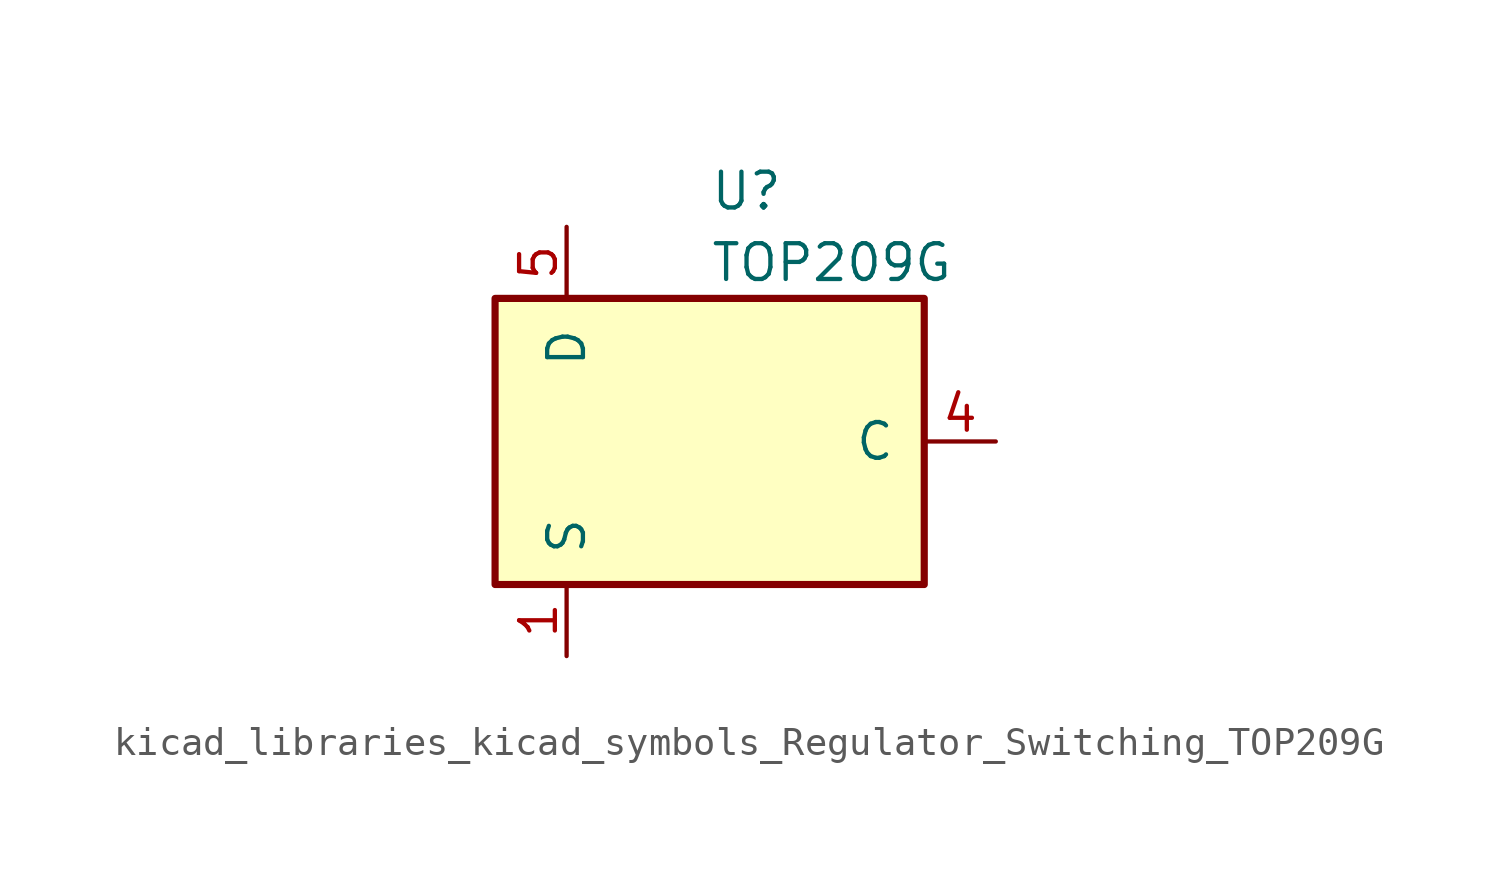
<source format=kicad_sym>
(kicad_symbol_lib
  (version 20220914)
  (generator kicad_symbol_editor)
  (symbol "kicad_libraries_kicad_symbols_Regulator_Switching_TOP209G"
    (pin_names
      (offset 1.016))
    (property "Reference" "U"
      (at 0 8.89 0)
      (effects (font (size 1.27 1.27)) (justify left)))
    (property "Value" "TOP209G"
      (at 0 6.35 0)
      (effects (font (size 1.27 1.27)) (justify left)))
    (symbol "kicad_libraries_kicad_symbols_Regulator_Switching_TOP209G_0_1"
      (rectangle (start -7.62 5.08) (end 7.62 -5.08) (stroke (width 0.254) (type default)) (fill (type background))))
    (symbol "kicad_libraries_kicad_symbols_Regulator_Switching_TOP209G_1_1"
      (pin power_in line (at -5.08 -7.62 90) (length 2.54) (name "S" (effects (font (size 1.27 1.27)))) (number "1" (effects (font (size 1.27 1.27)))))
      (pin no_connect line (at -2.54 -5.08 90) (length 2.54) hide (name "NC" (effects (font (size 1.27 1.27)))) (number "2" (effects (font (size 1.27 1.27)))))
      (pin no_connect line (at 0 -5.08 90) (length 2.54) hide (name "NC" (effects (font (size 1.27 1.27)))) (number "3" (effects (font (size 1.27 1.27)))))
      (pin input line (at 10.16 0 180) (length 2.54) (name "C" (effects (font (size 1.27 1.27)))) (number "4" (effects (font (size 1.27 1.27)))))
      (pin open_collector line (at -5.08 7.62 270) (length 2.54) (name "D" (effects (font (size 1.27 1.27)))) (number "5" (effects (font (size 1.27 1.27)))))
      (pin no_connect line (at 2.54 -5.08 90) (length 2.54) hide (name "NC" (effects (font (size 1.27 1.27)))) (number "6" (effects (font (size 1.27 1.27)))))
      (pin no_connect line (at 5.08 -5.08 90) (length 2.54) hide (name "NC" (effects (font (size 1.27 1.27)))) (number "7" (effects (font (size 1.27 1.27)))))
      (pin passive line (at -5.08 -7.62 90) (length 2.54) hide (name "S" (effects (font (size 1.27 1.27)))) (number "8" (effects (font (size 1.27 1.27))))))))
</source>
